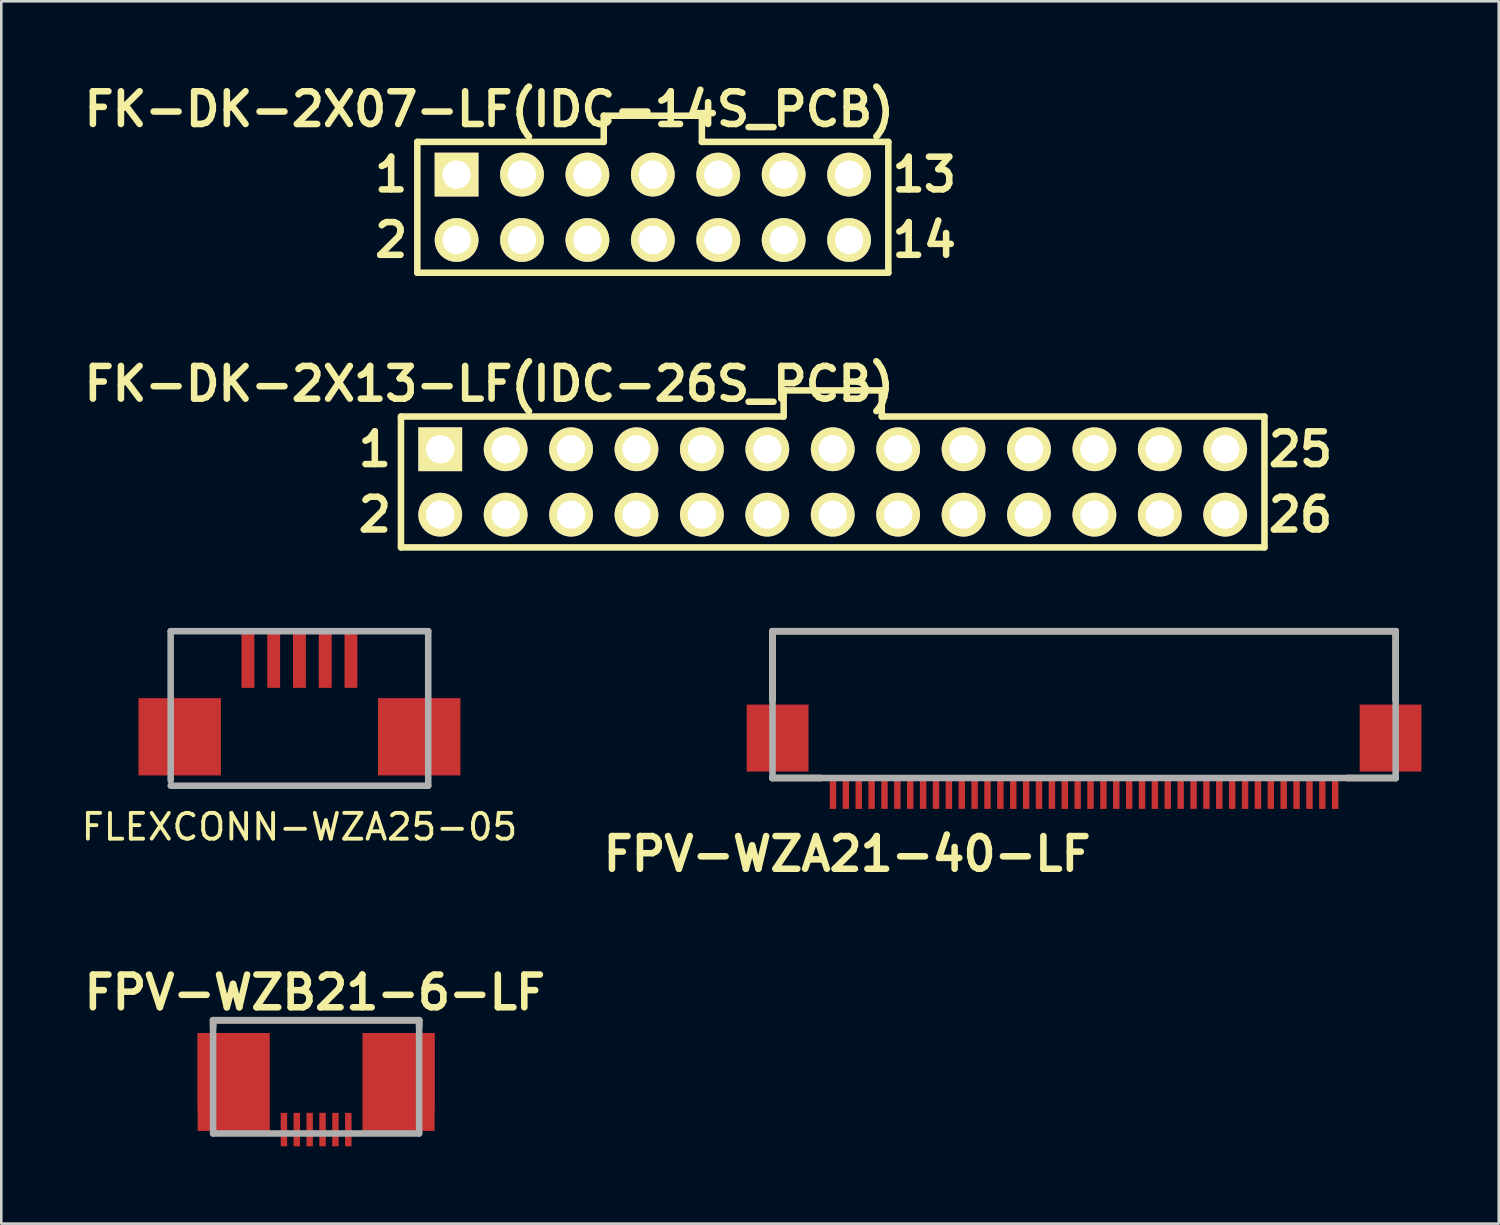
<source format=kicad_pcb>
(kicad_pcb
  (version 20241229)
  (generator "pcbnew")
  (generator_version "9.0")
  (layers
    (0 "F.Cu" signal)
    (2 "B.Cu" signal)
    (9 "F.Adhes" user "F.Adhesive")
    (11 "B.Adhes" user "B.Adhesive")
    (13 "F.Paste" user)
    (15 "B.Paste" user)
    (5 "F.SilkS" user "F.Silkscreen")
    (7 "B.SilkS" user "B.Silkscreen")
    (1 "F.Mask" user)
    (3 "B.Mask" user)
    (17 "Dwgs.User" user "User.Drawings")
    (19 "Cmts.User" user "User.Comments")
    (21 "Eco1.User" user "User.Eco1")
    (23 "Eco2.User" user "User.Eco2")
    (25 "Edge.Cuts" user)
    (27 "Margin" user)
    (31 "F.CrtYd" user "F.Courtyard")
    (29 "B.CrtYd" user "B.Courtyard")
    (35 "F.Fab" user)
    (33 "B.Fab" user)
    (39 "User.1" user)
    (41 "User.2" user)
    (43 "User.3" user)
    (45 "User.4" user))
  (footprint "FK-DK-2X07-LF(IDC-14S_PCB)"
    (layer "F.Cu")
    (at 22.298 4.999)
    (property "Reference" "FK-DK-2X07-LF(IDC-14S_PCB)" (at -6.35 -3.81 0) (layer "F.SilkS") (effects (font (size 1.27 1.27) (thickness 0.254))))
    (attr smd)
    (fp_line (start -9.144 -2.54) (end -9.144 2.54) (stroke (width 0.254) (type solid)) (layer "F.SilkS"))
    (fp_line (start -9.144 -2.54) (end -1.905 -2.54) (stroke (width 0.254) (type solid)) (layer "F.SilkS"))
    (fp_line (start -9.144 2.54) (end 9.144 2.54) (stroke (width 0.254) (type solid)) (layer "F.SilkS"))
    (fp_line (start -1.905 -3.556) (end 1.905 -3.556) (stroke (width 0.254) (type solid)) (layer "F.SilkS"))
    (fp_line (start -1.905 -2.54) (end -1.905 -3.556) (stroke (width 0.254) (type solid)) (layer "F.SilkS"))
    (fp_line (start 1.905 -3.556) (end 1.905 -2.54) (stroke (width 0.254) (type solid)) (layer "F.SilkS"))
    (fp_line (start 1.905 -2.54) (end 9.144 -2.54) (stroke (width 0.254) (type solid)) (layer "F.SilkS"))
    (fp_line (start 9.144 -2.54) (end 9.144 2.54) (stroke (width 0.254) (type solid)) (layer "F.SilkS"))
    (fp_text user "2" (at -10.16 1.27 0) (layer "F.SilkS") (effects (font (size 1.27 1.27) (thickness 0.254))))
    (fp_text user "1" (at -10.16 -1.27 0) (layer "F.SilkS") (effects (font (size 1.27 1.27) (thickness 0.254))))
    (fp_text user "14" (at 10.541 1.27 0) (layer "F.SilkS") (effects (font (size 1.27 1.27) (thickness 0.254))))
    (fp_text user "13" (at 10.541 -1.27 0) (layer "F.SilkS") (effects (font (size 1.27 1.27) (thickness 0.254))))
    (pad "1" thru_hole rect (at -7.62 -1.27) (size 1.7 1.7) (drill 1.1) (layers "*.Cu" "*.Mask" "F.SilkS"))
    (pad "2" thru_hole circle (at -7.62 1.27) (size 1.7 1.7) (drill 1.1) (layers "*.Cu" "*.Mask" "F.SilkS"))
    (pad "3" thru_hole circle (at -5.08 -1.27) (size 1.7 1.7) (drill 1.1) (layers "*.Cu" "*.Mask" "F.SilkS"))
    (pad "4" thru_hole circle (at -5.08 1.27) (size 1.7 1.7) (drill 1.1) (layers "*.Cu" "*.Mask" "F.SilkS"))
    (pad "5" thru_hole circle (at -2.54 -1.27) (size 1.7 1.7) (drill 1.1) (layers "*.Cu" "*.Mask" "F.SilkS"))
    (pad "6" thru_hole circle (at -2.54 1.27) (size 1.7 1.7) (drill 1.1) (layers "*.Cu" "*.Mask" "F.SilkS"))
    (pad "7" thru_hole circle (at 0 -1.27) (size 1.7 1.7) (drill 1.1) (layers "*.Cu" "*.Mask" "F.SilkS"))
    (pad "8" thru_hole circle (at 0 1.27) (size 1.7 1.7) (drill 1.1) (layers "*.Cu" "*.Mask" "F.SilkS"))
    (pad "9" thru_hole circle (at 2.54 -1.27) (size 1.7 1.7) (drill 1.1) (layers "*.Cu" "*.Mask" "F.SilkS"))
    (pad "10" thru_hole circle (at 2.54 1.27) (size 1.7 1.7) (drill 1.1) (layers "*.Cu" "*.Mask" "F.SilkS"))
    (pad "11" thru_hole circle (at 5.08 -1.27) (size 1.7 1.7) (drill 1.1) (layers "*.Cu" "*.Mask" "F.SilkS"))
    (pad "12" thru_hole circle (at 5.08 1.27) (size 1.7 1.7) (drill 1.1) (layers "*.Cu" "*.Mask" "F.SilkS"))
    (pad "13" thru_hole circle (at 7.62 -1.27) (size 1.7 1.7) (drill 1.1) (layers "*.Cu" "*.Mask" "F.SilkS"))
    (pad "14" thru_hole circle (at 7.62 1.27) (size 1.7 1.7) (drill 1.1) (layers "*.Cu" "*.Mask" "F.SilkS")))
  (footprint "FPV-WZB21-6-LF"
    (layer "F.Cu")
    (at 9.224 38.836)
    (property "Reference" "FPV-WZB21-6-LF" (at -0.05 -3.35 0) (layer "F.SilkS") (effects (font (size 1.27 1.27) (thickness 0.254))))
    (attr through_hole)
    (fp_line (start -4 -2.271) (end -4 -2.017) (stroke (width 0.254) (type solid)) (layer "F.SilkS"))
    (fp_line (start 4 -2.271) (end -4 -2.271) (stroke (width 0.254) (type solid)) (layer "F.SilkS"))
    (fp_line (start 4 -2.271) (end 4 -2.017) (stroke (width 0.254) (type solid)) (layer "F.SilkS"))
    (fp_line (start -4 -2.276) (end -4 2.124) (stroke (width 0.254) (type solid)) (layer "F.Fab"))
    (fp_line (start -4 2.124) (end 4 2.124) (stroke (width 0.254) (type solid)) (layer "F.Fab"))
    (fp_line (start 4 -2.276) (end -4 -2.276) (stroke (width 0.254) (type solid)) (layer "F.Fab"))
    (fp_line (start 4 2.124) (end 4 -2.276) (stroke (width 0.254) (type solid)) (layer "F.Fab"))
    (pad "0" smd rect (at -3.4 -0.276 180) (size 2.4 3) (layers "F.Cu" "F.Mask" "F.Paste"))
    (pad "0" smd rect (at -3.2 0.124 180) (size 2.8 3.8) (layers "F.Cu"))
    (pad "0" smd rect (at 3.2 0.124 180) (size 2.8 3.8) (layers "F.Cu"))
    (pad "0" smd rect (at 3.4 -0.276 180) (size 2.4 3) (layers "F.Cu" "F.Mask" "F.Paste"))
    (pad "1" smd rect (at -1.25 1.974 180) (size 0.25 1.3) (layers "F.Cu" "F.Mask" "F.Paste"))
    (pad "2" smd rect (at -0.75 1.974 180) (size 0.25 1.3) (layers "F.Cu" "F.Mask" "F.Paste"))
    (pad "3" smd rect (at -0.25 1.974 180) (size 0.25 1.3) (layers "F.Cu" "F.Mask" "F.Paste"))
    (pad "4" smd rect (at 0.25 1.974 180) (size 0.25 1.3) (layers "F.Cu" "F.Mask" "F.Paste"))
    (pad "5" smd rect (at 0.75 1.974 180) (size 0.25 1.3) (layers "F.Cu" "F.Mask" "F.Paste"))
    (pad "6" smd rect (at 1.25 1.974 180) (size 0.25 1.3) (layers "F.Cu" "F.Mask" "F.Paste")))
  (footprint "FK-DK-2X13-LF(IDC-26S_PCB)"
    (layer "F.Cu")
    (at 29.283 15.664)
    (property "Reference" "FK-DK-2X13-LF(IDC-26S_PCB)" (at -13.335 -3.81 0) (layer "F.SilkS") (effects (font (size 1.27 1.27) (thickness 0.254))))
    (attr smd)
    (fp_line (start -16.764 -2.54) (end -16.764 2.54) (stroke (width 0.254) (type solid)) (layer "F.SilkS"))
    (fp_line (start -16.764 -2.54) (end -1.905 -2.54) (stroke (width 0.254) (type solid)) (layer "F.SilkS"))
    (fp_line (start -16.764 2.54) (end 16.764 2.54) (stroke (width 0.254) (type solid)) (layer "F.SilkS"))
    (fp_line (start -1.905 -3.556) (end 1.905 -3.556) (stroke (width 0.254) (type solid)) (layer "F.SilkS"))
    (fp_line (start -1.905 -2.54) (end -1.905 -3.556) (stroke (width 0.254) (type solid)) (layer "F.SilkS"))
    (fp_line (start 1.905 -3.556) (end 1.905 -2.54) (stroke (width 0.254) (type solid)) (layer "F.SilkS"))
    (fp_line (start 1.905 -2.54) (end 16.764 -2.54) (stroke (width 0.254) (type solid)) (layer "F.SilkS"))
    (fp_line (start 16.764 -2.54) (end 16.764 2.54) (stroke (width 0.254) (type solid)) (layer "F.SilkS"))
    (fp_text user "2" (at -17.78 1.27 0) (layer "F.SilkS") (effects (font (size 1.27 1.27) (thickness 0.254))))
    (fp_text user "25" (at 18.161 -1.27 0) (layer "F.SilkS") (effects (font (size 1.27 1.27) (thickness 0.254))))
    (fp_text user "26" (at 18.161 1.27 0) (layer "F.SilkS") (effects (font (size 1.27 1.27) (thickness 0.254))))
    (fp_text user "1" (at -17.78 -1.27 0) (layer "F.SilkS") (effects (font (size 1.27 1.27) (thickness 0.254))))
    (pad "1" thru_hole rect (at -15.24 -1.27) (size 1.7 1.7) (drill 1.1) (layers "*.Cu" "*.Mask" "F.SilkS"))
    (pad "2" thru_hole circle (at -15.24 1.27) (size 1.7 1.7) (drill 1.1) (layers "*.Cu" "*.Mask" "F.SilkS"))
    (pad "3" thru_hole circle (at -12.7 -1.27) (size 1.7 1.7) (drill 1.1) (layers "*.Cu" "*.Mask" "F.SilkS"))
    (pad "4" thru_hole circle (at -12.7 1.27) (size 1.7 1.7) (drill 1.1) (layers "*.Cu" "*.Mask" "F.SilkS"))
    (pad "5" thru_hole circle (at -10.16 -1.27) (size 1.7 1.7) (drill 1.1) (layers "*.Cu" "*.Mask" "F.SilkS"))
    (pad "6" thru_hole circle (at -10.16 1.27) (size 1.7 1.7) (drill 1.1) (layers "*.Cu" "*.Mask" "F.SilkS"))
    (pad "7" thru_hole circle (at -7.62 -1.27) (size 1.7 1.7) (drill 1.1) (layers "*.Cu" "*.Mask" "F.SilkS"))
    (pad "8" thru_hole circle (at -7.62 1.27) (size 1.7 1.7) (drill 1.1) (layers "*.Cu" "*.Mask" "F.SilkS"))
    (pad "9" thru_hole circle (at -5.08 -1.27) (size 1.7 1.7) (drill 1.1) (layers "*.Cu" "*.Mask" "F.SilkS"))
    (pad "10" thru_hole circle (at -5.08 1.27) (size 1.7 1.7) (drill 1.1) (layers "*.Cu" "*.Mask" "F.SilkS"))
    (pad "11" thru_hole circle (at -2.54 -1.27) (size 1.7 1.7) (drill 1.1) (layers "*.Cu" "*.Mask" "F.SilkS"))
    (pad "12" thru_hole circle (at -2.54 1.27) (size 1.7 1.7) (drill 1.1) (layers "*.Cu" "*.Mask" "F.SilkS"))
    (pad "13" thru_hole circle (at 0 -1.27) (size 1.7 1.7) (drill 1.1) (layers "*.Cu" "*.Mask" "F.SilkS"))
    (pad "14" thru_hole circle (at 0 1.27) (size 1.7 1.7) (drill 1.1) (layers "*.Cu" "*.Mask" "F.SilkS"))
    (pad "15" thru_hole circle (at 2.54 -1.27) (size 1.7 1.7) (drill 1.1) (layers "*.Cu" "*.Mask" "F.SilkS"))
    (pad "16" thru_hole circle (at 2.54 1.27) (size 1.7 1.7) (drill 1.1) (layers "*.Cu" "*.Mask" "F.SilkS"))
    (pad "17" thru_hole circle (at 5.08 -1.27) (size 1.7 1.7) (drill 1.1) (layers "*.Cu" "*.Mask" "F.SilkS"))
    (pad "18" thru_hole circle (at 5.08 1.27) (size 1.7 1.7) (drill 1.1) (layers "*.Cu" "*.Mask" "F.SilkS"))
    (pad "19" thru_hole circle (at 7.62 -1.27) (size 1.7 1.7) (drill 1.1) (layers "*.Cu" "*.Mask" "F.SilkS"))
    (pad "20" thru_hole circle (at 7.62 1.27) (size 1.7 1.7) (drill 1.1) (layers "*.Cu" "*.Mask" "F.SilkS"))
    (pad "21" thru_hole circle (at 10.16 -1.27) (size 1.7 1.7) (drill 1.1) (layers "*.Cu" "*.Mask" "F.SilkS"))
    (pad "22" thru_hole circle (at 10.16 1.27) (size 1.7 1.7) (drill 1.1) (layers "*.Cu" "*.Mask" "F.SilkS"))
    (pad "23" thru_hole circle (at 12.7 -1.27) (size 1.7 1.7) (drill 1.1) (layers "*.Cu" "*.Mask" "F.SilkS"))
    (pad "24" thru_hole circle (at 12.7 1.27) (size 1.7 1.7) (drill 1.1) (layers "*.Cu" "*.Mask" "F.SilkS"))
    (pad "25" thru_hole circle (at 15.24 -1.27) (size 1.7 1.7) (drill 1.1) (layers "*.Cu" "*.Mask" "F.SilkS"))
    (pad "26" thru_hole circle (at 15.24 1.27) (size 1.7 1.7) (drill 1.1) (layers "*.Cu" "*.Mask" "F.SilkS")))
  (footprint "FLEXCONN-WZA25-05"
    (layer "F.Cu")
    (at 8.577 27.058)
    (property "Reference" "FLEXCONN-WZA25-05" (at 0 2 180) (layer "F.SilkS") (effects (font (size 1 1) (thickness 0.15))))
    (attr through_hole)
    (fp_line (start -5 -5.6) (end -5 0.2) (stroke (width 0.254) (type solid)) (layer "F.Fab"))
    (fp_line (start -5 0.4) (end 5 0.4) (stroke (width 0.254) (type solid)) (layer "F.Fab"))
    (fp_line (start 5 -5.6) (end -5 -5.6) (stroke (width 0.254) (type solid)) (layer "F.Fab"))
    (fp_line (start 5 0.4) (end 5 -5.6) (stroke (width 0.254) (type solid)) (layer "F.Fab"))
    (pad "0" smd rect (at -4.65 -1.5) (size 3.2 3) (layers "F.Cu" "F.Mask" "F.Paste"))
    (pad "0" smd rect (at 4.65 -1.5) (size 3.2 3) (layers "F.Cu" "F.Mask" "F.Paste"))
    (pad "1" smd rect (at -2 -4.5) (size 0.5 2.2) (layers "F.Cu" "F.Mask" "F.Paste"))
    (pad "2" smd rect (at -1 -4.5) (size 0.5 2.2) (layers "F.Cu" "F.Mask" "F.Paste"))
    (pad "3" smd rect (at 0 -4.5) (size 0.5 2.2) (layers "F.Cu" "F.Mask" "F.Paste"))
    (pad "4" smd rect (at 1 -4.5) (size 0.5 2.2) (layers "F.Cu" "F.Mask" "F.Paste"))
    (pad "5" smd rect (at 2 -4.5) (size 0.5 2.2) (layers "F.Cu" "F.Mask" "F.Paste")))
  (footprint "FPV-WZA21-40-LF"
    (layer "F.Cu")
    (at 39.043 24.958)
    (property "Reference" "FPV-WZA21-40-LF" (at -9.2 5.15 0) (layer "F.SilkS") (effects (font (size 1.27 1.27) (thickness 0.254))))
    (attr smd)
    (fp_line (start -12.1 -3.5) (end 12.1 -3.5) (stroke (width 0.254) (type solid)) (layer "F.SilkS"))
    (fp_line (start -12.1 -0.84) (end -12.1 -3.5) (stroke (width 0.254) (type solid)) (layer "F.SilkS"))
    (fp_line (start -12.1 2.2) (end -12.1 2.16) (stroke (width 0.254) (type solid)) (layer "F.SilkS"))
    (fp_line (start -10.25 2.2) (end -12.1 2.2) (stroke (width 0.254) (type solid)) (layer "F.SilkS"))
    (fp_line (start 12.1 -3.5) (end 12.1 -0.84) (stroke (width 0.254) (type solid)) (layer "F.SilkS"))
    (fp_line (start 12.1 2.16) (end 12.1 2.2) (stroke (width 0.254) (type solid)) (layer "F.SilkS"))
    (fp_line (start 12.1 2.2) (end 10.25 2.2) (stroke (width 0.254) (type solid)) (layer "F.SilkS"))
    (fp_line (start -12.1 -3.5) (end -12.1 -0.85) (stroke (width 0.254) (type solid)) (layer "F.Fab"))
    (fp_line (start -12.1 2.15) (end -12.1 2.2) (stroke (width 0.254) (type solid)) (layer "F.Fab"))
    (fp_line (start -12.1 2.2) (end -10.25 2.2) (stroke (width 0.254) (type solid)) (layer "F.Fab"))
    (fp_line (start -12.098 2.159) (end -12.098 -0.838) (stroke (width 0.254) (type solid)) (layer "F.Fab"))
    (fp_line (start 10.249 2.2) (end -10.249 2.2) (stroke (width 0.254) (type solid)) (layer "F.Fab"))
    (fp_line (start 12.098 -0.838) (end 12.098 2.159) (stroke (width 0.254) (type solid)) (layer "F.Fab"))
    (fp_line (start 12.1 -3.5) (end -12.1 -3.5) (stroke (width 0.254) (type solid)) (layer "F.Fab"))
    (fp_line (start 12.1 -0.85) (end 12.1 -3.5) (stroke (width 0.254) (type solid)) (layer "F.Fab"))
    (fp_line (start 12.1 2.15) (end 12.1 2.2) (stroke (width 0.254) (type solid)) (layer "F.Fab"))
    (fp_line (start 12.1 2.2) (end 10.25 2.2) (stroke (width 0.254) (type solid)) (layer "F.Fab"))
    (pad "0" smd rect (at -11.9 0.65 180) (size 2.4 2.6) (layers "F.Cu" "F.Mask" "F.Paste"))
    (pad "0" smd rect (at 11.9 0.65 180) (size 2.4 2.6) (layers "F.Cu" "F.Mask" "F.Paste"))
    (pad "1" smd rect (at -9.75 2.75 180) (size 0.25 1.3) (layers "F.Cu" "F.Mask" "F.Paste"))
    (pad "2" smd rect (at -9.25 2.75 180) (size 0.25 1.3) (layers "F.Cu" "F.Mask" "F.Paste"))
    (pad "3" smd rect (at -8.75 2.75 180) (size 0.25 1.3) (layers "F.Cu" "F.Mask" "F.Paste"))
    (pad "4" smd rect (at -8.25 2.75 180) (size 0.25 1.3) (layers "F.Cu" "F.Mask" "F.Paste"))
    (pad "5" smd rect (at -7.75 2.75 180) (size 0.25 1.3) (layers "F.Cu" "F.Mask" "F.Paste"))
    (pad "6" smd rect (at -7.25 2.75 180) (size 0.25 1.3) (layers "F.Cu" "F.Mask" "F.Paste"))
    (pad "7" smd rect (at -6.75 2.75 180) (size 0.25 1.3) (layers "F.Cu" "F.Mask" "F.Paste"))
    (pad "8" smd rect (at -6.25 2.75 180) (size 0.25 1.3) (layers "F.Cu" "F.Mask" "F.Paste"))
    (pad "9" smd rect (at -5.75 2.75 180) (size 0.25 1.3) (layers "F.Cu" "F.Mask" "F.Paste"))
    (pad "10" smd rect (at -5.25 2.75 180) (size 0.25 1.3) (layers "F.Cu" "F.Mask" "F.Paste"))
    (pad "11" smd rect (at -4.75 2.75 180) (size 0.25 1.3) (layers "F.Cu" "F.Mask" "F.Paste"))
    (pad "12" smd rect (at -4.25 2.75 180) (size 0.25 1.3) (layers "F.Cu" "F.Mask" "F.Paste"))
    (pad "13" smd rect (at -3.75 2.75 180) (size 0.25 1.3) (layers "F.Cu" "F.Mask" "F.Paste"))
    (pad "14" smd rect (at -3.25 2.75 180) (size 0.25 1.3) (layers "F.Cu" "F.Mask" "F.Paste"))
    (pad "15" smd rect (at -2.75 2.75 180) (size 0.25 1.3) (layers "F.Cu" "F.Mask" "F.Paste"))
    (pad "16" smd rect (at -2.25 2.75 180) (size 0.25 1.3) (layers "F.Cu" "F.Mask" "F.Paste"))
    (pad "17" smd rect (at -1.75 2.75 180) (size 0.25 1.3) (layers "F.Cu" "F.Mask" "F.Paste"))
    (pad "18" smd rect (at -1.25 2.75 180) (size 0.25 1.3) (layers "F.Cu" "F.Mask" "F.Paste"))
    (pad "19" smd rect (at -0.75 2.75 180) (size 0.25 1.3) (layers "F.Cu" "F.Mask" "F.Paste"))
    (pad "20" smd rect (at -0.25 2.75 180) (size 0.25 1.3) (layers "F.Cu" "F.Mask" "F.Paste"))
    (pad "21" smd rect (at 0.25 2.75 180) (size 0.25 1.3) (layers "F.Cu" "F.Mask" "F.Paste"))
    (pad "22" smd rect (at 0.75 2.75 180) (size 0.25 1.3) (layers "F.Cu" "F.Mask" "F.Paste"))
    (pad "23" smd rect (at 1.25 2.75 180) (size 0.25 1.3) (layers "F.Cu" "F.Mask" "F.Paste"))
    (pad "24" smd rect (at 1.75 2.75 180) (size 0.25 1.3) (layers "F.Cu" "F.Mask" "F.Paste"))
    (pad "25" smd rect (at 2.25 2.75 180) (size 0.25 1.3) (layers "F.Cu" "F.Mask" "F.Paste"))
    (pad "26" smd rect (at 2.75 2.75 180) (size 0.25 1.3) (layers "F.Cu" "F.Mask" "F.Paste"))
    (pad "27" smd rect (at 3.25 2.75 180) (size 0.25 1.3) (layers "F.Cu" "F.Mask" "F.Paste"))
    (pad "28" smd rect (at 3.75 2.75 180) (size 0.25 1.3) (layers "F.Cu" "F.Mask" "F.Paste"))
    (pad "29" smd rect (at 4.25 2.75 180) (size 0.25 1.3) (layers "F.Cu" "F.Mask" "F.Paste"))
    (pad "30" smd rect (at 4.75 2.75 180) (size 0.25 1.3) (layers "F.Cu" "F.Mask" "F.Paste"))
    (pad "31" smd rect (at 5.25 2.75 180) (size 0.25 1.3) (layers "F.Cu" "F.Mask" "F.Paste"))
    (pad "32" smd rect (at 5.75 2.75 180) (size 0.25 1.3) (layers "F.Cu" "F.Mask" "F.Paste"))
    (pad "33" smd rect (at 6.25 2.75 180) (size 0.25 1.3) (layers "F.Cu" "F.Mask" "F.Paste"))
    (pad "34" smd rect (at 6.75 2.75 180) (size 0.25 1.3) (layers "F.Cu" "F.Mask" "F.Paste"))
    (pad "35" smd rect (at 7.25 2.75 180) (size 0.25 1.3) (layers "F.Cu" "F.Mask" "F.Paste"))
    (pad "36" smd rect (at 7.75 2.75 180) (size 0.25 1.3) (layers "F.Cu" "F.Mask" "F.Paste"))
    (pad "37" smd rect (at 8.25 2.75 180) (size 0.25 1.3) (layers "F.Cu" "F.Mask" "F.Paste"))
    (pad "38" smd rect (at 8.75 2.75 180) (size 0.25 1.3) (layers "F.Cu" "F.Mask" "F.Paste"))
    (pad "39" smd rect (at 9.25 2.75 180) (size 0.25 1.3) (layers "F.Cu" "F.Mask" "F.Paste"))
    (pad "40" smd rect (at 9.75 2.75 180) (size 0.25 1.3) (layers "F.Cu" "F.Mask" "F.Paste")))
  (gr_rect
    (start -3 -3)
    (end 55.143 44.461)
    (stroke (width 0.1) (type default))
    (fill no)
    (layer "Edge.Cuts")))
</source>
